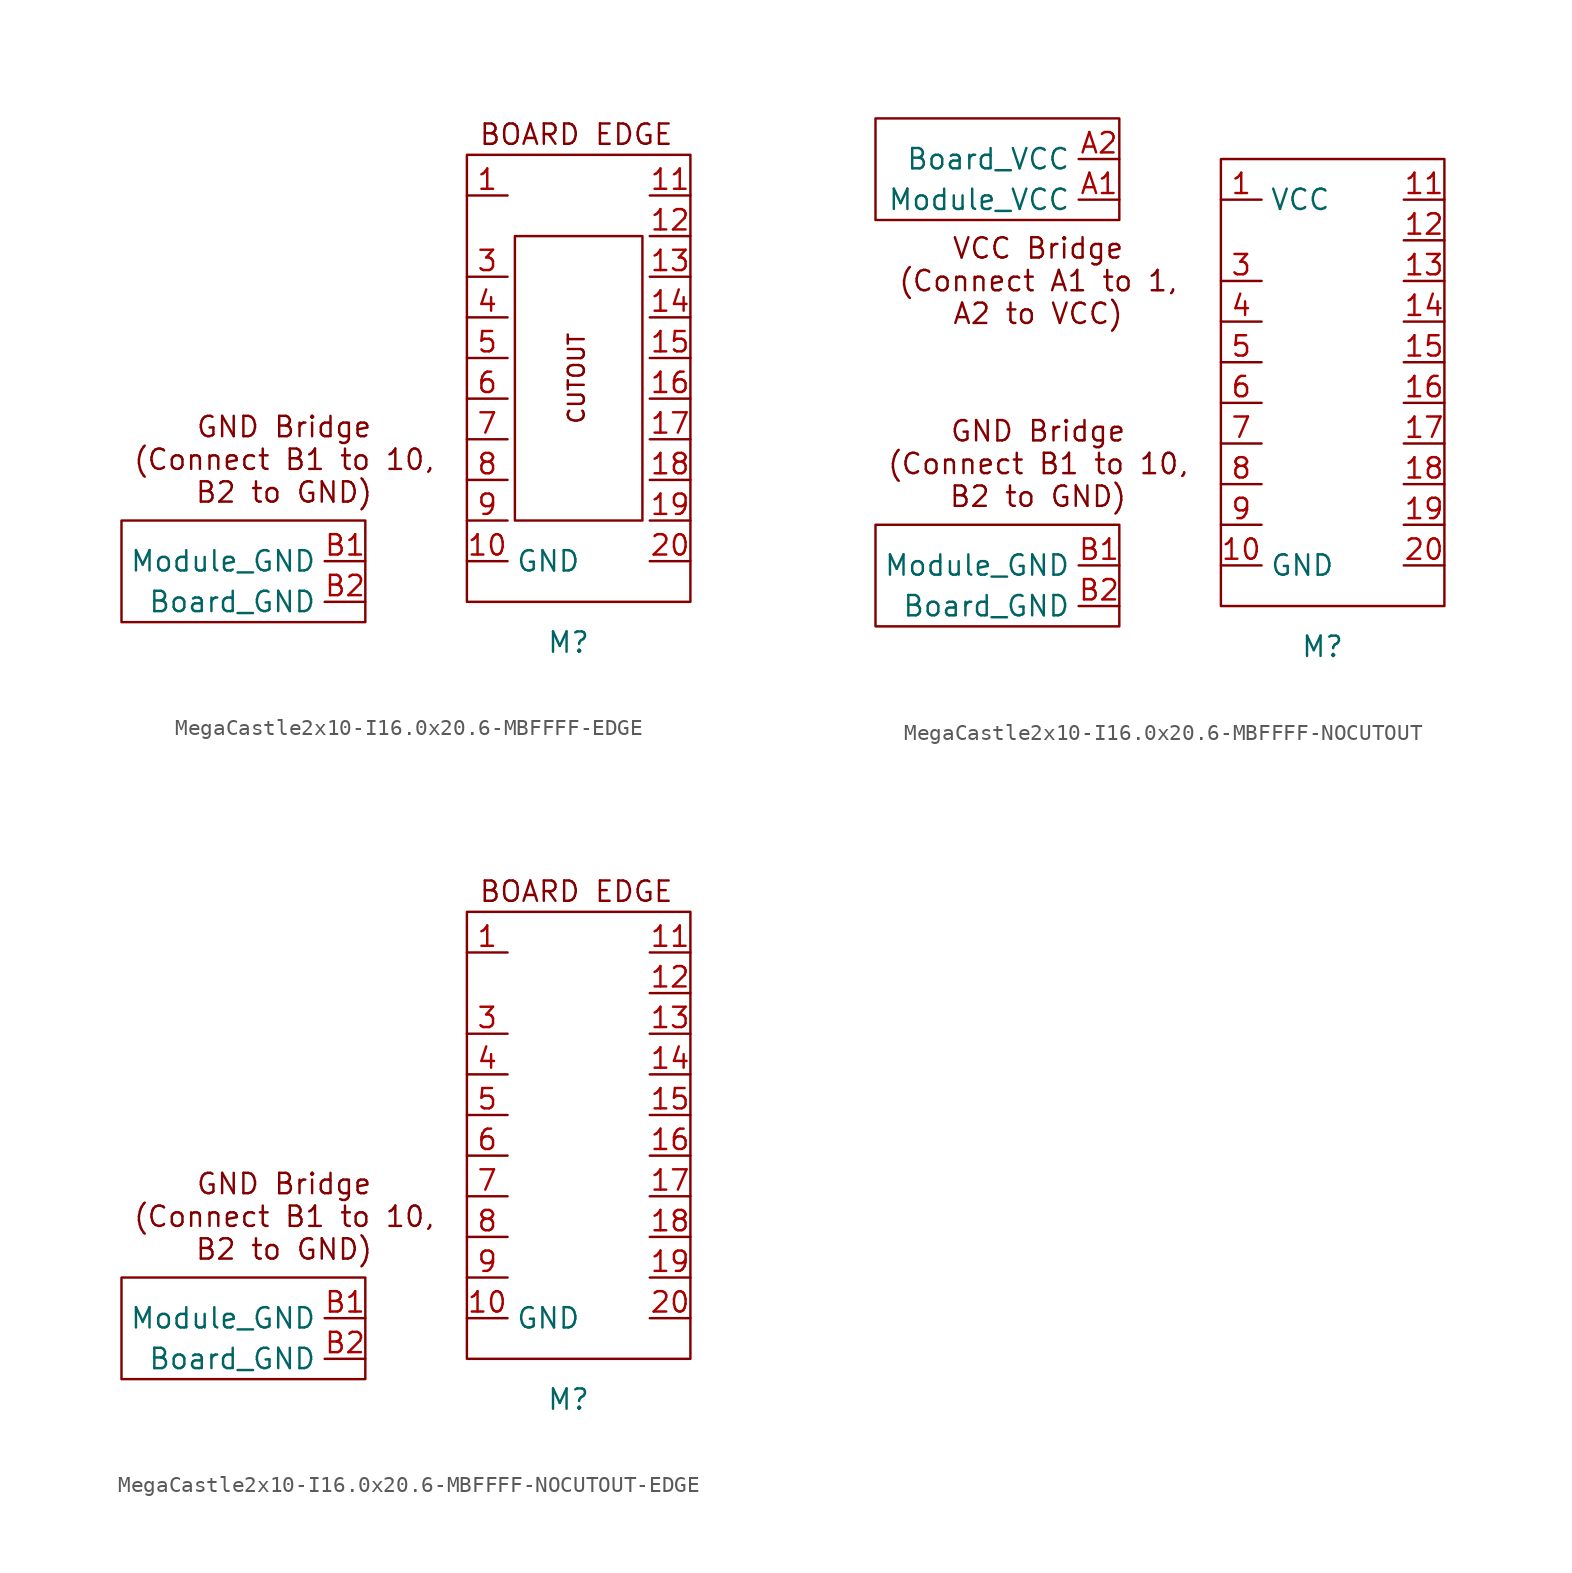
<source format=kicad_sym>
(kicad_symbol_lib
  (version 20231120)
  (generator "kicad_symbol_editor")
  (generator_version "8.0")
  (symbol "MegaCastle2x10-I16.0x20.6-MBFFFF-EDGE"
    (property "Reference" "M"
      (at 0 -16.51 0)
      (effects (font (size 1.27 1.27))))
    (property "Value" ""
      (at 0 5.08 0)
      (effects (font (size 1.27 1.27))))
    (symbol "MegaCastle2x10-I16.0x20.6-MBFFFF-EDGE_0_1"
      (rectangle (start -27.94 -8.89) (end -12.7 -15.24) (stroke (width 0) (type default)) (fill (type none)))
      (rectangle (start -6.35 13.97) (end 7.62 -13.97) (stroke (width 0) (type default)) (fill (type none)))
      (rectangle (start -3.35 8.89) (end 4.62 -8.89) (stroke (width 0) (type default)) (fill (type none))))
    (symbol "MegaCastle2x10-I16.0x20.6-MBFFFF-EDGE_1_1"
      (text " BOARD EDGE" (at 0 15.24 0) (effects (font (size 1.27 1.27))))
      (text "CUTOUT" (at 0.5 0 900) (effects (font (size 1 1))))
      (text "GND Bridge\n(Connect B1 to 10,\nB2 to GND)" (at -17.78 -5.08 0) (effects (font (size 1.27 1.27))))
      (pin bidirectional line (at -6.35 11.43 0) (length 2.54) (name "" (effects (font (size 1.27 1.27)))) (number "1" (effects (font (size 1.27 1.27)))))
      (pin bidirectional line (at -6.35 -11.43 0) (length 2.54) (name "GND" (effects (font (size 1.27 1.27)))) (number "10" (effects (font (size 1.27 1.27)))))
      (pin bidirectional line (at 7.62 11.43 180) (length 2.54) (name "" (effects (font (size 1.27 1.27)))) (number "11" (effects (font (size 1.27 1.27)))))
      (pin bidirectional line (at 7.62 8.89 180) (length 2.54) (name "" (effects (font (size 1.27 1.27)))) (number "12" (effects (font (size 1.27 1.27)))))
      (pin bidirectional line (at 7.62 6.35 180) (length 2.54) (name "" (effects (font (size 1.27 1.27)))) (number "13" (effects (font (size 1.27 1.27)))))
      (pin bidirectional line (at 7.62 3.81 180) (length 2.54) (name "" (effects (font (size 1.27 1.27)))) (number "14" (effects (font (size 1.27 1.27)))))
      (pin bidirectional line (at 7.62 1.27 180) (length 2.54) (name "" (effects (font (size 1.27 1.27)))) (number "15" (effects (font (size 1.27 1.27)))))
      (pin bidirectional line (at 7.62 -1.27 180) (length 2.54) (name "" (effects (font (size 1.27 1.27)))) (number "16" (effects (font (size 1.27 1.27)))))
      (pin bidirectional line (at 7.62 -3.81 180) (length 2.54) (name "" (effects (font (size 1.27 1.27)))) (number "17" (effects (font (size 1.27 1.27)))))
      (pin bidirectional line (at 7.62 -6.35 180) (length 2.54) (name "" (effects (font (size 1.27 1.27)))) (number "18" (effects (font (size 1.27 1.27)))))
      (pin bidirectional line (at 7.62 -8.89 180) (length 2.54) (name "" (effects (font (size 1.27 1.27)))) (number "19" (effects (font (size 1.27 1.27)))))
      (pin bidirectional line (at 7.62 -11.43 180) (length 2.54) (name "" (effects (font (size 1.27 1.27)))) (number "20" (effects (font (size 1.27 1.27)))))
      (pin bidirectional line (at -6.35 6.35 0) (length 2.54) (name "" (effects (font (size 1.27 1.27)))) (number "3" (effects (font (size 1.27 1.27)))))
      (pin bidirectional line (at -6.35 3.81 0) (length 2.54) (name "" (effects (font (size 1.27 1.27)))) (number "4" (effects (font (size 1.27 1.27)))))
      (pin bidirectional line (at -6.35 1.27 0) (length 2.54) (name "" (effects (font (size 1.27 1.27)))) (number "5" (effects (font (size 1.27 1.27)))))
      (pin bidirectional line (at -6.35 -1.27 0) (length 2.54) (name "" (effects (font (size 1.27 1.27)))) (number "6" (effects (font (size 1.27 1.27)))))
      (pin bidirectional line (at -6.35 -3.81 0) (length 2.54) (name "" (effects (font (size 1.27 1.27)))) (number "7" (effects (font (size 1.27 1.27)))))
      (pin bidirectional line (at -6.35 -6.35 0) (length 2.54) (name "" (effects (font (size 1.27 1.27)))) (number "8" (effects (font (size 1.27 1.27)))))
      (pin bidirectional line (at -6.35 -8.89 0) (length 2.54) (name "" (effects (font (size 1.27 1.27)))) (number "9" (effects (font (size 1.27 1.27)))))
      (pin bidirectional line (at -12.7 -11.43 180) (length 2.54) (name "Module_GND" (effects (font (size 1.27 1.27)))) (number "B1" (effects (font (size 1.27 1.27)))))
      (pin bidirectional line (at -12.7 -13.97 180) (length 2.54) (name "Board_GND" (effects (font (size 1.27 1.27)))) (number "B2" (effects (font (size 1.27 1.27)))))))
  (symbol "MegaCastle2x10-I16.0x20.6-MBFFFF-NOCUTOUT"
    (property "Reference" "M"
      (at 0 -16.51 0)
      (effects (font (size 1.27 1.27))))
    (property "Value" ""
      (at 0 5.08 0)
      (effects (font (size 1.27 1.27))))
    (symbol "MegaCastle2x10-I16.0x20.6-MBFFFF-NOCUTOUT_0_1"
      (rectangle (start -27.94 -8.89) (end -12.7 -15.24) (stroke (width 0) (type default)) (fill (type none)))
      (rectangle (start -27.94 16.51) (end -12.7 10.16) (stroke (width 0) (type default)) (fill (type none)))
      (rectangle (start -6.35 13.97) (end 7.62 -13.97) (stroke (width 0) (type default)) (fill (type none))))
    (symbol "MegaCastle2x10-I16.0x20.6-MBFFFF-NOCUTOUT_1_1"
      (text "GND Bridge\n(Connect B1 to 10,\nB2 to GND)" (at -17.78 -5.08 0) (effects (font (size 1.27 1.27))))
      (text "VCC Bridge\n(Connect A1 to 1,\nA2 to VCC)" (at -17.78 6.35 0) (effects (font (size 1.27 1.27))))
      (pin bidirectional line (at -6.35 11.43 0) (length 2.54) (name "VCC" (effects (font (size 1.27 1.27)))) (number "1" (effects (font (size 1.27 1.27)))))
      (pin bidirectional line (at -6.35 -11.43 0) (length 2.54) (name "GND" (effects (font (size 1.27 1.27)))) (number "10" (effects (font (size 1.27 1.27)))))
      (pin bidirectional line (at 7.62 11.43 180) (length 2.54) (name "" (effects (font (size 1.27 1.27)))) (number "11" (effects (font (size 1.27 1.27)))))
      (pin bidirectional line (at 7.62 8.89 180) (length 2.54) (name "" (effects (font (size 1.27 1.27)))) (number "12" (effects (font (size 1.27 1.27)))))
      (pin bidirectional line (at 7.62 6.35 180) (length 2.54) (name "" (effects (font (size 1.27 1.27)))) (number "13" (effects (font (size 1.27 1.27)))))
      (pin bidirectional line (at 7.62 3.81 180) (length 2.54) (name "" (effects (font (size 1.27 1.27)))) (number "14" (effects (font (size 1.27 1.27)))))
      (pin bidirectional line (at 7.62 1.27 180) (length 2.54) (name "" (effects (font (size 1.27 1.27)))) (number "15" (effects (font (size 1.27 1.27)))))
      (pin bidirectional line (at 7.62 -1.27 180) (length 2.54) (name "" (effects (font (size 1.27 1.27)))) (number "16" (effects (font (size 1.27 1.27)))))
      (pin bidirectional line (at 7.62 -3.81 180) (length 2.54) (name "" (effects (font (size 1.27 1.27)))) (number "17" (effects (font (size 1.27 1.27)))))
      (pin bidirectional line (at 7.62 -6.35 180) (length 2.54) (name "" (effects (font (size 1.27 1.27)))) (number "18" (effects (font (size 1.27 1.27)))))
      (pin bidirectional line (at 7.62 -8.89 180) (length 2.54) (name "" (effects (font (size 1.27 1.27)))) (number "19" (effects (font (size 1.27 1.27)))))
      (pin bidirectional line (at 7.62 -11.43 180) (length 2.54) (name "" (effects (font (size 1.27 1.27)))) (number "20" (effects (font (size 1.27 1.27)))))
      (pin bidirectional line (at -6.35 6.35 0) (length 2.54) (name "" (effects (font (size 1.27 1.27)))) (number "3" (effects (font (size 1.27 1.27)))))
      (pin bidirectional line (at -6.35 3.81 0) (length 2.54) (name "" (effects (font (size 1.27 1.27)))) (number "4" (effects (font (size 1.27 1.27)))))
      (pin bidirectional line (at -6.35 1.27 0) (length 2.54) (name "" (effects (font (size 1.27 1.27)))) (number "5" (effects (font (size 1.27 1.27)))))
      (pin bidirectional line (at -6.35 -1.27 0) (length 2.54) (name "" (effects (font (size 1.27 1.27)))) (number "6" (effects (font (size 1.27 1.27)))))
      (pin bidirectional line (at -6.35 -3.81 0) (length 2.54) (name "" (effects (font (size 1.27 1.27)))) (number "7" (effects (font (size 1.27 1.27)))))
      (pin bidirectional line (at -6.35 -6.35 0) (length 2.54) (name "" (effects (font (size 1.27 1.27)))) (number "8" (effects (font (size 1.27 1.27)))))
      (pin bidirectional line (at -6.35 -8.89 0) (length 2.54) (name "" (effects (font (size 1.27 1.27)))) (number "9" (effects (font (size 1.27 1.27)))))
      (pin bidirectional line (at -12.7 11.43 180) (length 2.54) (name "Module_VCC" (effects (font (size 1.27 1.27)))) (number "A1" (effects (font (size 1.27 1.27)))))
      (pin bidirectional line (at -12.7 13.97 180) (length 2.54) (name "Board_VCC" (effects (font (size 1.27 1.27)))) (number "A2" (effects (font (size 1.27 1.27)))))
      (pin bidirectional line (at -12.7 -11.43 180) (length 2.54) (name "Module_GND" (effects (font (size 1.27 1.27)))) (number "B1" (effects (font (size 1.27 1.27)))))
      (pin bidirectional line (at -12.7 -13.97 180) (length 2.54) (name "Board_GND" (effects (font (size 1.27 1.27)))) (number "B2" (effects (font (size 1.27 1.27)))))))
  (symbol "MegaCastle2x10-I16.0x20.6-MBFFFF-NOCUTOUT-EDGE"
    (property "Reference" "M"
      (at 0 -16.51 0)
      (effects (font (size 1.27 1.27))))
    (property "Value" ""
      (at 0 5.08 0)
      (effects (font (size 1.27 1.27))))
    (symbol "MegaCastle2x10-I16.0x20.6-MBFFFF-NOCUTOUT-EDGE_0_1"
      (rectangle (start -27.94 -8.89) (end -12.7 -15.24) (stroke (width 0) (type default)) (fill (type none)))
      (rectangle (start -6.35 13.97) (end 7.62 -13.97) (stroke (width 0) (type default)) (fill (type none))))
    (symbol "MegaCastle2x10-I16.0x20.6-MBFFFF-NOCUTOUT-EDGE_1_1"
      (text " BOARD EDGE" (at 0 15.24 0) (effects (font (size 1.27 1.27))))
      (text "GND Bridge\n(Connect B1 to 10,\nB2 to GND)" (at -17.78 -5.08 0) (effects (font (size 1.27 1.27))))
      (pin bidirectional line (at -6.35 11.43 0) (length 2.54) (name "" (effects (font (size 1.27 1.27)))) (number "1" (effects (font (size 1.27 1.27)))))
      (pin bidirectional line (at -6.35 -11.43 0) (length 2.54) (name "GND" (effects (font (size 1.27 1.27)))) (number "10" (effects (font (size 1.27 1.27)))))
      (pin bidirectional line (at 7.62 11.43 180) (length 2.54) (name "" (effects (font (size 1.27 1.27)))) (number "11" (effects (font (size 1.27 1.27)))))
      (pin bidirectional line (at 7.62 8.89 180) (length 2.54) (name "" (effects (font (size 1.27 1.27)))) (number "12" (effects (font (size 1.27 1.27)))))
      (pin bidirectional line (at 7.62 6.35 180) (length 2.54) (name "" (effects (font (size 1.27 1.27)))) (number "13" (effects (font (size 1.27 1.27)))))
      (pin bidirectional line (at 7.62 3.81 180) (length 2.54) (name "" (effects (font (size 1.27 1.27)))) (number "14" (effects (font (size 1.27 1.27)))))
      (pin bidirectional line (at 7.62 1.27 180) (length 2.54) (name "" (effects (font (size 1.27 1.27)))) (number "15" (effects (font (size 1.27 1.27)))))
      (pin bidirectional line (at 7.62 -1.27 180) (length 2.54) (name "" (effects (font (size 1.27 1.27)))) (number "16" (effects (font (size 1.27 1.27)))))
      (pin bidirectional line (at 7.62 -3.81 180) (length 2.54) (name "" (effects (font (size 1.27 1.27)))) (number "17" (effects (font (size 1.27 1.27)))))
      (pin bidirectional line (at 7.62 -6.35 180) (length 2.54) (name "" (effects (font (size 1.27 1.27)))) (number "18" (effects (font (size 1.27 1.27)))))
      (pin bidirectional line (at 7.62 -8.89 180) (length 2.54) (name "" (effects (font (size 1.27 1.27)))) (number "19" (effects (font (size 1.27 1.27)))))
      (pin bidirectional line (at 7.62 -11.43 180) (length 2.54) (name "" (effects (font (size 1.27 1.27)))) (number "20" (effects (font (size 1.27 1.27)))))
      (pin bidirectional line (at -6.35 6.35 0) (length 2.54) (name "" (effects (font (size 1.27 1.27)))) (number "3" (effects (font (size 1.27 1.27)))))
      (pin bidirectional line (at -6.35 3.81 0) (length 2.54) (name "" (effects (font (size 1.27 1.27)))) (number "4" (effects (font (size 1.27 1.27)))))
      (pin bidirectional line (at -6.35 1.27 0) (length 2.54) (name "" (effects (font (size 1.27 1.27)))) (number "5" (effects (font (size 1.27 1.27)))))
      (pin bidirectional line (at -6.35 -1.27 0) (length 2.54) (name "" (effects (font (size 1.27 1.27)))) (number "6" (effects (font (size 1.27 1.27)))))
      (pin bidirectional line (at -6.35 -3.81 0) (length 2.54) (name "" (effects (font (size 1.27 1.27)))) (number "7" (effects (font (size 1.27 1.27)))))
      (pin bidirectional line (at -6.35 -6.35 0) (length 2.54) (name "" (effects (font (size 1.27 1.27)))) (number "8" (effects (font (size 1.27 1.27)))))
      (pin bidirectional line (at -6.35 -8.89 0) (length 2.54) (name "" (effects (font (size 1.27 1.27)))) (number "9" (effects (font (size 1.27 1.27)))))
      (pin bidirectional line (at -12.7 -11.43 180) (length 2.54) (name "Module_GND" (effects (font (size 1.27 1.27)))) (number "B1" (effects (font (size 1.27 1.27)))))
      (pin bidirectional line (at -12.7 -13.97 180) (length 2.54) (name "Board_GND" (effects (font (size 1.27 1.27)))) (number "B2" (effects (font (size 1.27 1.27))))))))
</source>
